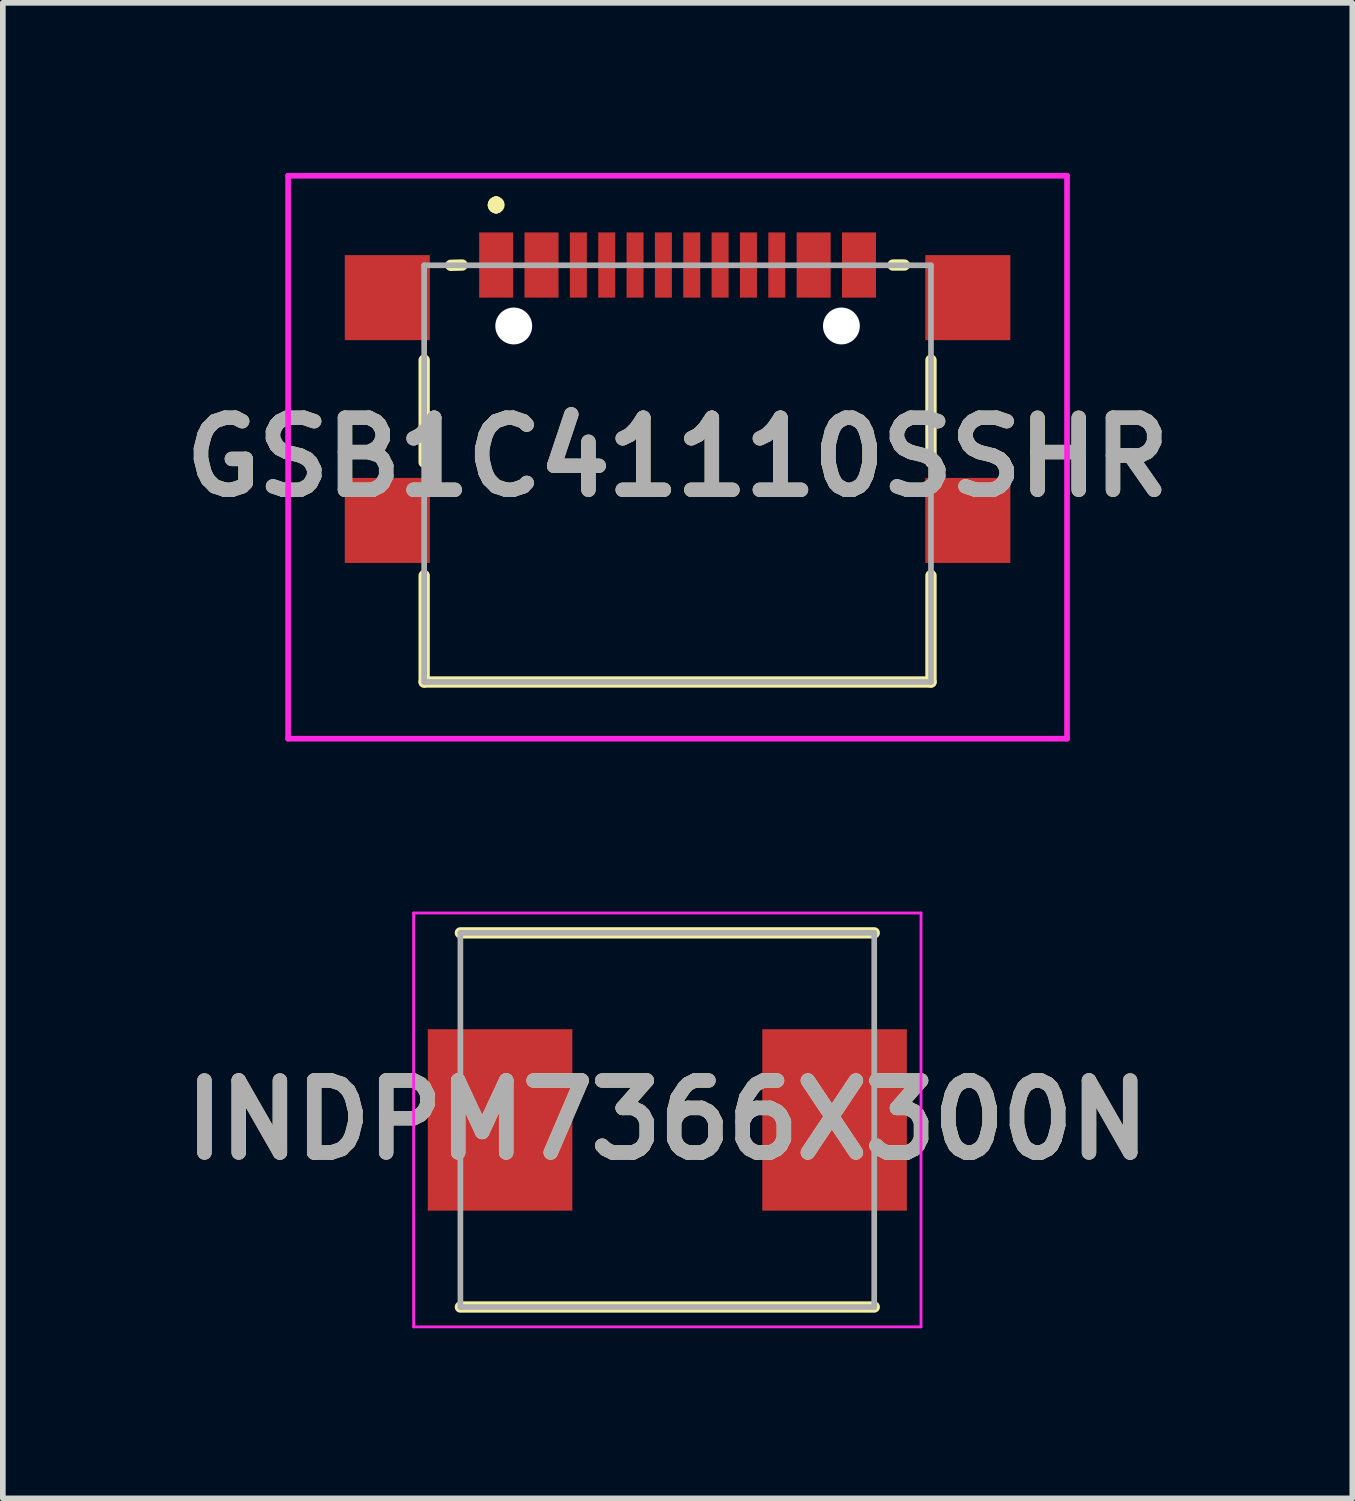
<source format=kicad_pcb>
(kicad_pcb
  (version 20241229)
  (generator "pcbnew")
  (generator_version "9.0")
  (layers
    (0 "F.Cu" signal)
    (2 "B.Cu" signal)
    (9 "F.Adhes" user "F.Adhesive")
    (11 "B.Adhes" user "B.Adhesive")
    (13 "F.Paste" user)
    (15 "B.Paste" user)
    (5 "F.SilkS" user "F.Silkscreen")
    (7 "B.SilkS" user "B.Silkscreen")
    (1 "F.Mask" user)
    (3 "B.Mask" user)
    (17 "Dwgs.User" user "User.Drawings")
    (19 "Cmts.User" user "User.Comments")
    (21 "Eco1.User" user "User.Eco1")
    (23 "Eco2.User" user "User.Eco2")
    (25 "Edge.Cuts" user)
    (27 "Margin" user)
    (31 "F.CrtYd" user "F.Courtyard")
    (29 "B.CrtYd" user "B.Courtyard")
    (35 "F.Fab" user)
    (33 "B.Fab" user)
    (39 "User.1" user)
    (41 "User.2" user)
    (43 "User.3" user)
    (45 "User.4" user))
  (footprint "GSB1C41110SSHR"
    (layer "F.Cu")
    (at 8.902 5.015)
    (property "Reference" "GSB1C41110SSHR" (at 0 0 0) (layer "F.SilkS") (effects (font (size 1.27 1.27) (thickness 0.254))))
    (attr through_hole)
    (fp_line (start -4.47 -1.712) (end -4.47 0.088) (stroke (width 0.2) (type solid)) (layer "F.SilkS"))
    (fp_line (start -4.47 2.088) (end -4.47 3.965) (stroke (width 0.2) (type solid)) (layer "F.SilkS"))
    (fp_line (start -4.47 3.965) (end 4.47 3.965) (stroke (width 0.2) (type solid)) (layer "F.SilkS"))
    (fp_line (start -4 -3.385) (end -3.8 -3.39) (stroke (width 0.2) (type solid)) (layer "F.SilkS"))
    (fp_line (start -3.2 -4.5) (end -3.2 -4.5) (stroke (width 0.2) (type solid)) (layer "F.SilkS"))
    (fp_line (start -3.2 -4.5) (end -3.2 -4.5) (stroke (width 0.2) (type solid)) (layer "F.SilkS"))
    (fp_line (start -3.2 -4.4) (end -3.2 -4.4) (stroke (width 0.2) (type solid)) (layer "F.SilkS"))
    (fp_line (start 3.8 -3.39) (end 4 -3.39) (stroke (width 0.2) (type solid)) (layer "F.SilkS"))
    (fp_line (start 4.47 0.088) (end 4.47 -1.712) (stroke (width 0.2) (type solid)) (layer "F.SilkS"))
    (fp_line (start 4.47 3.965) (end 4.47 2.088) (stroke (width 0.2) (type solid)) (layer "F.SilkS"))
    (fp_arc (start -3.2 -4.5) (mid -3.15 -4.45) (end -3.2 -4.4) (stroke (width 0.2) (type solid)) (layer "F.SilkS"))
    (fp_arc (start -3.2 -4.4) (mid -3.25 -4.45) (end -3.2 -4.5) (stroke (width 0.2) (type solid)) (layer "F.SilkS"))
    (fp_arc (start -3.2 -4.4) (mid -3.25 -4.45) (end -3.2 -4.5) (stroke (width 0.2) (type solid)) (layer "F.SilkS"))
    (fp_line (start -6.87 -4.965) (end 6.87 -4.965) (stroke (width 0.1) (type solid)) (layer "F.CrtYd"))
    (fp_line (start -6.87 4.965) (end -6.87 -4.965) (stroke (width 0.1) (type solid)) (layer "F.CrtYd"))
    (fp_line (start 6.87 -4.965) (end 6.87 4.965) (stroke (width 0.1) (type solid)) (layer "F.CrtYd"))
    (fp_line (start 6.87 4.965) (end -6.87 4.965) (stroke (width 0.1) (type solid)) (layer "F.CrtYd"))
    (fp_line (start -4.47 -3.385) (end -4.47 3.965) (stroke (width 0.1) (type solid)) (layer "F.Fab"))
    (fp_line (start -4.47 3.965) (end 4.47 3.965) (stroke (width 0.1) (type solid)) (layer "F.Fab"))
    (fp_line (start 4.47 -3.385) (end -4.47 -3.385) (stroke (width 0.1) (type solid)) (layer "F.Fab"))
    (fp_line (start 4.47 3.965) (end 4.47 -3.385) (stroke (width 0.1) (type solid)) (layer "F.Fab"))
    (fp_text user "${REFERENCE}" (at 0 0 0) (layer "F.Fab") (effects (font (size 1.27 1.27) (thickness 0.254))))
    (pad "" np_thru_hole circle (at -2.89 -2.315) (size 0.65 0.65) (drill 0.65) (layers "*.Cu" "*.Mask"))
    (pad "" np_thru_hole circle (at 2.89 -2.315) (size 0.65 0.65) (drill 0.65) (layers "*.Cu" "*.Mask"))
    (pad "A1" smd rect (at -3.2 -3.39) (size 0.6 1.15) (layers "F.Cu" "F.Mask" "F.Paste"))
    (pad "A4" smd rect (at -2.4 -3.39) (size 0.6 1.15) (layers "F.Cu" "F.Mask" "F.Paste"))
    (pad "A5" smd rect (at -1.25 -3.39) (size 0.3 1.15) (layers "F.Cu" "F.Mask" "F.Paste"))
    (pad "A6" smd rect (at -0.25 -3.39) (size 0.3 1.15) (layers "F.Cu" "F.Mask" "F.Paste"))
    (pad "A7" smd rect (at 0.25 -3.39) (size 0.3 1.15) (layers "F.Cu" "F.Mask" "F.Paste"))
    (pad "A8" smd rect (at 1.25 -3.39) (size 0.3 1.15) (layers "F.Cu" "F.Mask" "F.Paste"))
    (pad "A9" smd rect (at 2.4 -3.39) (size 0.6 1.15) (layers "F.Cu" "F.Mask" "F.Paste"))
    (pad "A12" smd rect (at 3.2 -3.39) (size 0.6 1.15) (layers "F.Cu" "F.Mask" "F.Paste"))
    (pad "B5" smd rect (at 1.75 -3.39) (size 0.3 1.15) (layers "F.Cu" "F.Mask" "F.Paste"))
    (pad "B6" smd rect (at 0.75 -3.39) (size 0.3 1.15) (layers "F.Cu" "F.Mask" "F.Paste"))
    (pad "B7" smd rect (at -0.75 -3.39) (size 0.3 1.15) (layers "F.Cu" "F.Mask" "F.Paste"))
    (pad "B8" smd rect (at -1.75 -3.39) (size 0.3 1.15) (layers "F.Cu" "F.Mask" "F.Paste"))
    (pad "MP1" smd rect (at -5.12 -2.815 90) (size 1.5 1.5) (layers "F.Cu" "F.Mask" "F.Paste"))
    (pad "MP2" smd rect (at 5.12 -2.815 90) (size 1.5 1.5) (layers "F.Cu" "F.Mask" "F.Paste"))
    (pad "MP3" smd rect (at -5.12 1.115 90) (size 1.5 1.5) (layers "F.Cu" "F.Mask" "F.Paste"))
    (pad "MP4" smd rect (at 5.12 1.115 90) (size 1.5 1.5) (layers "F.Cu" "F.Mask" "F.Paste")))
  (footprint "INDPM7366X300N"
    (layer "F.Cu")
    (at 8.721 16.705)
    (property "Reference" "INDPM7366X300N" (at 0 0 0) (layer "F.SilkS") (effects (font (size 1.27 1.27) (thickness 0.254))))
    (attr smd)
    (fp_line (start -3.65 3.3) (end 3.65 3.3) (stroke (width 0.2) (type solid)) (layer "F.SilkS"))
    (fp_line (start 3.65 -3.3) (end -3.65 -3.3) (stroke (width 0.2) (type solid)) (layer "F.SilkS"))
    (fp_line (start -4.475 -3.65) (end 4.475 -3.65) (stroke (width 0.05) (type solid)) (layer "F.CrtYd"))
    (fp_line (start -4.475 3.65) (end -4.475 -3.65) (stroke (width 0.05) (type solid)) (layer "F.CrtYd"))
    (fp_line (start 4.475 -3.65) (end 4.475 3.65) (stroke (width 0.05) (type solid)) (layer "F.CrtYd"))
    (fp_line (start 4.475 3.65) (end -4.475 3.65) (stroke (width 0.05) (type solid)) (layer "F.CrtYd"))
    (fp_line (start -3.65 -3.3) (end 3.65 -3.3) (stroke (width 0.1) (type solid)) (layer "F.Fab"))
    (fp_line (start -3.65 3.3) (end -3.65 -3.3) (stroke (width 0.1) (type solid)) (layer "F.Fab"))
    (fp_line (start 3.65 -3.3) (end 3.65 3.3) (stroke (width 0.1) (type solid)) (layer "F.Fab"))
    (fp_line (start 3.65 3.3) (end -3.65 3.3) (stroke (width 0.1) (type solid)) (layer "F.Fab"))
    (fp_text user "${REFERENCE}" (at 0 0 0) (layer "F.Fab") (effects (font (size 1.27 1.27) (thickness 0.254))))
    (pad "1" smd rect (at -2.95 0) (size 2.55 3.2) (layers "F.Cu" "F.Mask" "F.Paste"))
    (pad "2" smd rect (at 2.95 0) (size 2.55 3.2) (layers "F.Cu" "F.Mask" "F.Paste")))
  (gr_rect
    (start -3 -3)
    (end 20.804 23.38)
    (stroke (width 0.1) (type default))
    (fill no)
    (layer "Edge.Cuts")))
</source>
